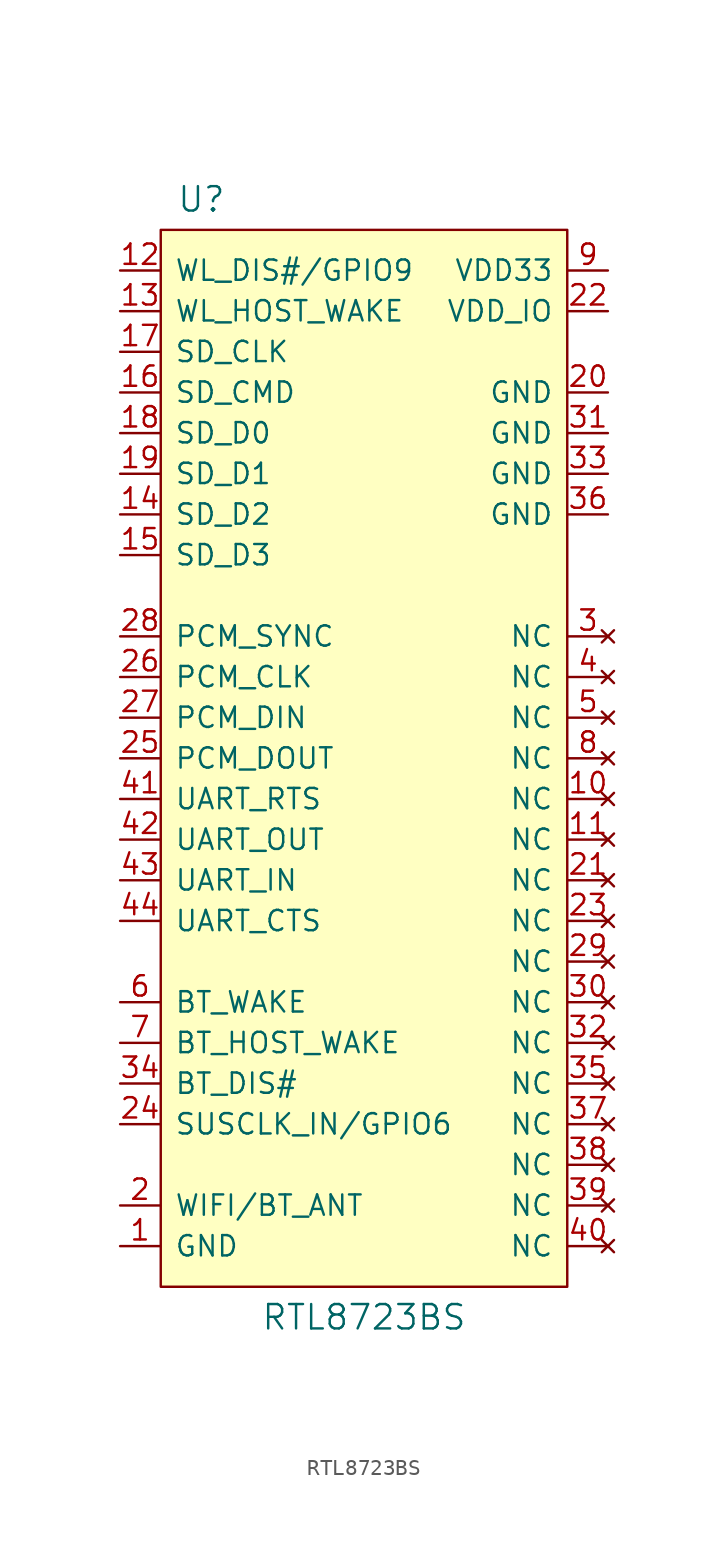
<source format=kicad_sym>
(kicad_symbol_lib
  (version 20211014)
  (generator kicad_symbol_editor)
  (symbol "RTL8723BS"
    (pin_names
      (offset 0.889))
    (property "Reference" "U"
      (at -10.16 34.925 0)
      (effects (font (size 1.524 1.524))))
    (property "Value" "RTL8723BS"
      (at 0 -34.925 0)
      (effects (font (size 1.524 1.524))))
    (symbol "RTL8723BS_0_1"
      (rectangle (start 12.7 33.02) (end -12.7 -33.02) (stroke (width 0) (type default) (color 0 0 0 0)) (fill (type background))))
    (symbol "RTL8723BS_1_1"
      (pin power_in line (at -15.24 -30.48 0) (length 2.489) (name "GND" (effects (font (size 1.27 1.27)))) (number "1" (effects (font (size 1.27 1.27)))))
      (pin no_connect line (at 15.24 -2.54 180) (length 2.489) (name "NC" (effects (font (size 1.27 1.27)))) (number "10" (effects (font (size 1.27 1.27)))))
      (pin no_connect line (at 15.24 -5.08 180) (length 2.489) (name "NC" (effects (font (size 1.27 1.27)))) (number "11" (effects (font (size 1.27 1.27)))))
      (pin bidirectional line (at -15.24 30.48 0) (length 2.489) (name "WL_DIS#/GPIO9" (effects (font (size 1.27 1.27)))) (number "12" (effects (font (size 1.27 1.27)))))
      (pin input line (at -15.24 27.94 0) (length 2.489) (name "WL_HOST_WAKE" (effects (font (size 1.27 1.27)))) (number "13" (effects (font (size 1.27 1.27)))))
      (pin bidirectional line (at -15.24 15.24 0) (length 2.489) (name "SD_D2" (effects (font (size 1.27 1.27)))) (number "14" (effects (font (size 1.27 1.27)))))
      (pin bidirectional line (at -15.24 12.7 0) (length 2.489) (name "SD_D3" (effects (font (size 1.27 1.27)))) (number "15" (effects (font (size 1.27 1.27)))))
      (pin bidirectional line (at -15.24 22.86 0) (length 2.489) (name "SD_CMD" (effects (font (size 1.27 1.27)))) (number "16" (effects (font (size 1.27 1.27)))))
      (pin input line (at -15.24 25.4 0) (length 2.489) (name "SD_CLK" (effects (font (size 1.27 1.27)))) (number "17" (effects (font (size 1.27 1.27)))))
      (pin bidirectional line (at -15.24 20.32 0) (length 2.489) (name "SD_D0" (effects (font (size 1.27 1.27)))) (number "18" (effects (font (size 1.27 1.27)))))
      (pin bidirectional line (at -15.24 17.78 0) (length 2.489) (name "SD_D1" (effects (font (size 1.27 1.27)))) (number "19" (effects (font (size 1.27 1.27)))))
      (pin bidirectional line (at -15.24 -27.94 0) (length 2.489) (name "WIFI/BT_ANT" (effects (font (size 1.27 1.27)))) (number "2" (effects (font (size 1.27 1.27)))))
      (pin power_in line (at 15.24 22.86 180) (length 2.489) (name "GND" (effects (font (size 1.27 1.27)))) (number "20" (effects (font (size 1.27 1.27)))))
      (pin no_connect line (at 15.24 -7.62 180) (length 2.489) (name "NC" (effects (font (size 1.27 1.27)))) (number "21" (effects (font (size 1.27 1.27)))))
      (pin power_in line (at 15.24 27.94 180) (length 2.489) (name "VDD_IO" (effects (font (size 1.27 1.27)))) (number "22" (effects (font (size 1.27 1.27)))))
      (pin no_connect line (at 15.24 -10.16 180) (length 2.489) (name "NC" (effects (font (size 1.27 1.27)))) (number "23" (effects (font (size 1.27 1.27)))))
      (pin bidirectional line (at -15.24 -22.86 0) (length 2.489) (name "SUSCLK_IN/GPIO6" (effects (font (size 1.27 1.27)))) (number "24" (effects (font (size 1.27 1.27)))))
      (pin output line (at -15.24 0 0) (length 2.489) (name "PCM_DOUT" (effects (font (size 1.27 1.27)))) (number "25" (effects (font (size 1.27 1.27)))))
      (pin input line (at -15.24 5.08 0) (length 2.489) (name "PCM_CLK" (effects (font (size 1.27 1.27)))) (number "26" (effects (font (size 1.27 1.27)))))
      (pin input line (at -15.24 2.54 0) (length 2.489) (name "PCM_DIN" (effects (font (size 1.27 1.27)))) (number "27" (effects (font (size 1.27 1.27)))))
      (pin input line (at -15.24 7.62 0) (length 2.489) (name "PCM_SYNC" (effects (font (size 1.27 1.27)))) (number "28" (effects (font (size 1.27 1.27)))))
      (pin no_connect line (at 15.24 -12.7 180) (length 2.489) (name "NC" (effects (font (size 1.27 1.27)))) (number "29" (effects (font (size 1.27 1.27)))))
      (pin no_connect line (at 15.24 7.62 180) (length 2.489) (name "NC" (effects (font (size 1.27 1.27)))) (number "3" (effects (font (size 1.27 1.27)))))
      (pin no_connect line (at 15.24 -15.24 180) (length 2.489) (name "NC" (effects (font (size 1.27 1.27)))) (number "30" (effects (font (size 1.27 1.27)))))
      (pin power_in line (at 15.24 20.32 180) (length 2.489) (name "GND" (effects (font (size 1.27 1.27)))) (number "31" (effects (font (size 1.27 1.27)))))
      (pin no_connect line (at 15.24 -17.78 180) (length 2.489) (name "NC" (effects (font (size 1.27 1.27)))) (number "32" (effects (font (size 1.27 1.27)))))
      (pin power_in line (at 15.24 17.78 180) (length 2.489) (name "GND" (effects (font (size 1.27 1.27)))) (number "33" (effects (font (size 1.27 1.27)))))
      (pin input line (at -15.24 -20.32 0) (length 2.489) (name "BT_DIS#" (effects (font (size 1.27 1.27)))) (number "34" (effects (font (size 1.27 1.27)))))
      (pin no_connect line (at 15.24 -20.32 180) (length 2.489) (name "NC" (effects (font (size 1.27 1.27)))) (number "35" (effects (font (size 1.27 1.27)))))
      (pin power_in line (at 15.24 15.24 180) (length 2.489) (name "GND" (effects (font (size 1.27 1.27)))) (number "36" (effects (font (size 1.27 1.27)))))
      (pin no_connect line (at 15.24 -22.86 180) (length 2.489) (name "NC" (effects (font (size 1.27 1.27)))) (number "37" (effects (font (size 1.27 1.27)))))
      (pin no_connect line (at 15.24 -25.4 180) (length 2.489) (name "NC" (effects (font (size 1.27 1.27)))) (number "38" (effects (font (size 1.27 1.27)))))
      (pin no_connect line (at 15.24 -27.94 180) (length 2.489) (name "NC" (effects (font (size 1.27 1.27)))) (number "39" (effects (font (size 1.27 1.27)))))
      (pin no_connect line (at 15.24 5.08 180) (length 2.489) (name "NC" (effects (font (size 1.27 1.27)))) (number "4" (effects (font (size 1.27 1.27)))))
      (pin no_connect line (at 15.24 -30.48 180) (length 2.489) (name "NC" (effects (font (size 1.27 1.27)))) (number "40" (effects (font (size 1.27 1.27)))))
      (pin output line (at -15.24 -2.54 0) (length 2.489) (name "UART_RTS" (effects (font (size 1.27 1.27)))) (number "41" (effects (font (size 1.27 1.27)))))
      (pin output line (at -15.24 -5.08 0) (length 2.489) (name "UART_OUT" (effects (font (size 1.27 1.27)))) (number "42" (effects (font (size 1.27 1.27)))))
      (pin input line (at -15.24 -7.62 0) (length 2.489) (name "UART_IN" (effects (font (size 1.27 1.27)))) (number "43" (effects (font (size 1.27 1.27)))))
      (pin input line (at -15.24 -10.16 0) (length 2.489) (name "UART_CTS" (effects (font (size 1.27 1.27)))) (number "44" (effects (font (size 1.27 1.27)))))
      (pin no_connect line (at 15.24 2.54 180) (length 2.489) (name "NC" (effects (font (size 1.27 1.27)))) (number "5" (effects (font (size 1.27 1.27)))))
      (pin input line (at -15.24 -15.24 0) (length 2.489) (name "BT_WAKE" (effects (font (size 1.27 1.27)))) (number "6" (effects (font (size 1.27 1.27)))))
      (pin output line (at -15.24 -17.78 0) (length 2.489) (name "BT_HOST_WAKE" (effects (font (size 1.27 1.27)))) (number "7" (effects (font (size 1.27 1.27)))))
      (pin no_connect line (at 15.24 0 180) (length 2.489) (name "NC" (effects (font (size 1.27 1.27)))) (number "8" (effects (font (size 1.27 1.27)))))
      (pin power_in line (at 15.24 30.48 180) (length 2.489) (name "VDD33" (effects (font (size 1.27 1.27)))) (number "9" (effects (font (size 1.27 1.27))))))))
</source>
